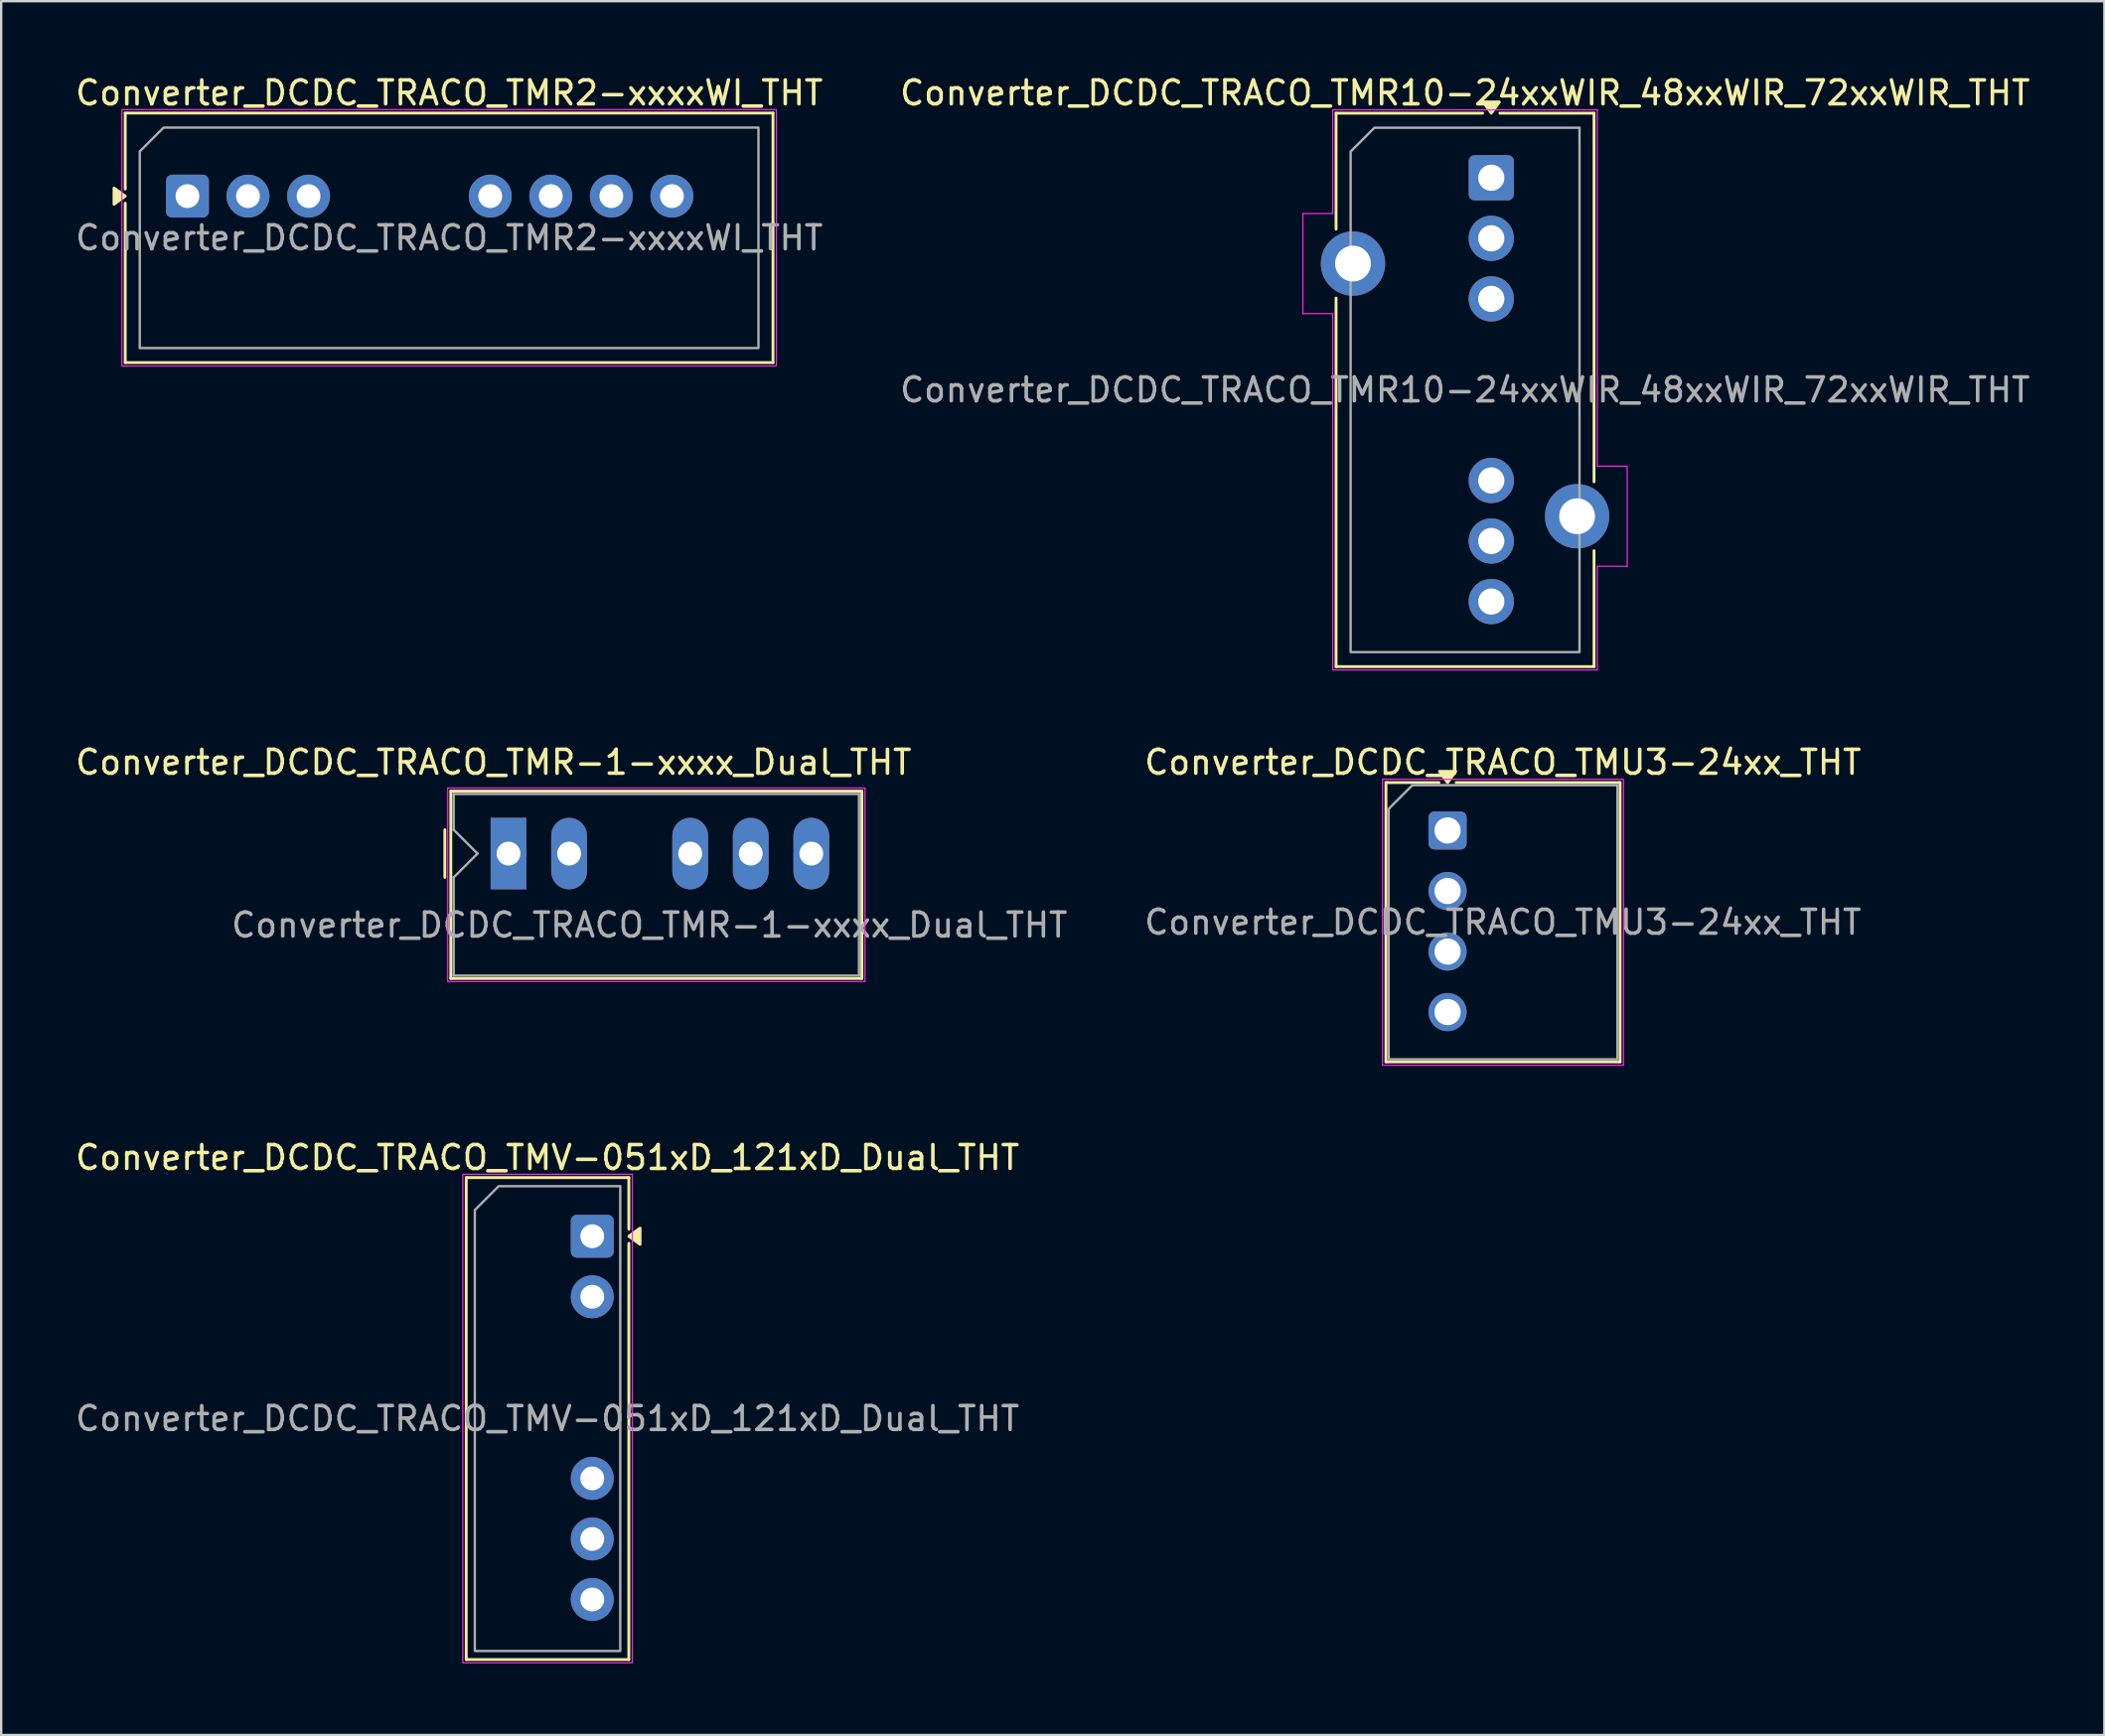
<source format=kicad_pcb>
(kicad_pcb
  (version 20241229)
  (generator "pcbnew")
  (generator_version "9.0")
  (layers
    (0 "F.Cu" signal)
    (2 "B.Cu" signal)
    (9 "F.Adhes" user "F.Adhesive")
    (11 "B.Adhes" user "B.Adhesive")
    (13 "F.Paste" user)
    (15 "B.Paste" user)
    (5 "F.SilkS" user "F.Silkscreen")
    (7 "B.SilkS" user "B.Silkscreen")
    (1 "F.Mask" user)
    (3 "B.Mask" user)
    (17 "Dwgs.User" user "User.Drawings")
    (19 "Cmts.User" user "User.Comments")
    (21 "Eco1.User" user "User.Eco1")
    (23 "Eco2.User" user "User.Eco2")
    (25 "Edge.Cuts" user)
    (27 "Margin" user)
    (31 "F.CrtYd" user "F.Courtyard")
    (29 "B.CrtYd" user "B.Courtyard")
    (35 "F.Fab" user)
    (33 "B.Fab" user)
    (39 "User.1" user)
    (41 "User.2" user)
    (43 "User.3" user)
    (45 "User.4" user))
  (footprint "Converter_DCDC_TRACO_TMU3-24xx_THT"
    (layer "F.Cu")
    (at 57.666 31.791)
    (property "Reference" "Converter_DCDC_TRACO_TMU3-24xx_THT" (at 2.32 -2.86 0) (layer "F.SilkS") (effects (font (size 1 1) (thickness 0.15))))
    (attr through_hole)
    (fp_line (start -2.585 -2.01) (end -0.36 -2.01) (stroke (width 0.12) (type solid)) (layer "F.SilkS"))
    (fp_line (start -2.585 9.71) (end -2.585 -2.01) (stroke (width 0.12) (type solid)) (layer "F.SilkS"))
    (fp_line (start 0.36 -2.01) (end 7.235 -2.01) (stroke (width 0.12) (type solid)) (layer "F.SilkS"))
    (fp_line (start 7.235 -2.01) (end 7.235 9.71) (stroke (width 0.12) (type solid)) (layer "F.SilkS"))
    (fp_line (start 7.235 9.71) (end -2.585 9.71) (stroke (width 0.12) (type solid)) (layer "F.SilkS"))
    (fp_poly (pts (xy 0 -2.01) (xy -0.34 -2.48) (xy 0.34 -2.48)) (stroke (width 0.12) (type solid)) (fill yes) (layer "F.SilkS"))
    (fp_rect (start -2.73 -2.15) (end 7.38 9.85) (stroke (width 0.05) (type solid)) (fill no) (layer "F.CrtYd"))
    (fp_poly (pts (xy -2.475 -0.9) (xy -2.475 9.6) (xy 7.125 9.6) (xy 7.125 -1.9) (xy -1.475 -1.9)) (stroke (width 0.1) (type solid)) (fill no) (layer "F.Fab"))
    (fp_text user "${REFERENCE}" (at 2.32 3.85 0) (layer "F.Fab") (effects (font (size 1 1) (thickness 0.15))))
    (pad "1" thru_hole roundrect (at 0 0) (size 1.6 1.6) (drill 1.1) (layers "*.Cu" "*.Mask") (roundrect_rratio 0.156))
    (pad "2" thru_hole circle (at 0 2.54) (size 1.6 1.6) (drill 1.1) (layers "*.Cu" "*.Mask"))
    (pad "3" thru_hole circle (at 0 5.08) (size 1.6 1.6) (drill 1.1) (layers "*.Cu" "*.Mask"))
    (pad "4" thru_hole circle (at 0 7.62) (size 1.6 1.6) (drill 1.1) (layers "*.Cu" "*.Mask")))
  (footprint "Converter_DCDC_TRACO_TMV-051xD_121xD_Dual_THT"
    (layer "F.Cu")
    (at 21.791 48.815)
    (property "Reference" "Converter_DCDC_TRACO_TMV-051xD_121xD_Dual_THT" (at -1.88 -3.3 0) (layer "F.SilkS") (effects (font (size 1 1) (thickness 0.15))))
    (attr through_hole)
    (fp_line (start -5.285 -2.46) (end 1.535 -2.46) (stroke (width 0.12) (type solid)) (layer "F.SilkS"))
    (fp_line (start -5.285 17.76) (end -5.285 -2.46) (stroke (width 0.12) (type solid)) (layer "F.SilkS"))
    (fp_line (start 1.535 -2.46) (end 1.535 -0.296) (stroke (width 0.12) (type solid)) (layer "F.SilkS"))
    (fp_line (start 1.535 0.296) (end 1.535 17.76) (stroke (width 0.12) (type solid)) (layer "F.SilkS"))
    (fp_line (start 1.535 17.76) (end -5.285 17.76) (stroke (width 0.12) (type solid)) (layer "F.SilkS"))
    (fp_poly (pts (xy 1.535 0) (xy 2.005 -0.34) (xy 2.005 0.34)) (stroke (width 0.12) (type solid)) (fill yes) (layer "F.SilkS"))
    (fp_rect (start -5.43 -2.6) (end 1.68 17.9) (stroke (width 0.05) (type solid)) (fill no) (layer "F.CrtYd"))
    (fp_poly (pts (xy -3.925 -2.1) (xy 1.175 -2.1) (xy 1.175 17.4) (xy -4.925 17.4) (xy -4.925 -1.1)) (stroke (width 0.1) (type solid)) (fill no) (layer "F.Fab"))
    (fp_text user "${REFERENCE}" (at -1.88 7.65 0) (layer "F.Fab") (effects (font (size 1 1) (thickness 0.15))))
    (pad "1" thru_hole roundrect (at 0 0) (size 1.8 1.8) (drill 1) (layers "*.Cu" "*.Mask") (roundrect_rratio 0.139))
    (pad "2" thru_hole circle (at 0 2.54) (size 1.8 1.8) (drill 1) (layers "*.Cu" "*.Mask"))
    (pad "5" thru_hole circle (at 0 10.16) (size 1.8 1.8) (drill 1) (layers "*.Cu" "*.Mask"))
    (pad "6" thru_hole circle (at 0 12.7) (size 1.8 1.8) (drill 1) (layers "*.Cu" "*.Mask"))
    (pad "7" thru_hole circle (at 0 15.24) (size 1.8 1.8) (drill 1) (layers "*.Cu" "*.Mask")))
  (footprint "Converter_DCDC_TRACO_TMR2-xxxxWI_THT"
    (layer "F.Cu")
    (at 4.812 5.178)
    (property "Reference" "Converter_DCDC_TRACO_TMR2-xxxxWI_THT" (at 10.98 -4.33 0) (layer "F.SilkS") (effects (font (size 1 1) (thickness 0.15))))
    (attr through_hole)
    (fp_line (start -2.61 -3.485) (end 24.56 -3.485) (stroke (width 0.12) (type solid)) (layer "F.SilkS"))
    (fp_line (start -2.61 -0.296) (end -2.61 -3.485) (stroke (width 0.12) (type solid)) (layer "F.SilkS"))
    (fp_line (start -2.61 6.985) (end -2.61 0.296) (stroke (width 0.12) (type solid)) (layer "F.SilkS"))
    (fp_line (start 24.56 -3.485) (end 24.56 6.985) (stroke (width 0.12) (type solid)) (layer "F.SilkS"))
    (fp_line (start 24.56 6.985) (end -2.61 6.985) (stroke (width 0.12) (type solid)) (layer "F.SilkS"))
    (fp_poly (pts (xy -2.61 0) (xy -3.08 0.34) (xy -3.08 -0.34)) (stroke (width 0.12) (type solid)) (fill yes) (layer "F.SilkS"))
    (fp_rect (start -2.75 -3.63) (end 24.7 7.13) (stroke (width 0.05) (type solid)) (fill no) (layer "F.CrtYd"))
    (fp_poly (pts (xy -1 -2.875) (xy 23.95 -2.875) (xy 23.95 6.375) (xy -2 6.375) (xy -2 -1.875)) (stroke (width 0.1) (type solid)) (fill no) (layer "F.Fab"))
    (fp_text user "${REFERENCE}" (at 10.98 1.75 0) (layer "F.Fab") (effects (font (size 1 1) (thickness 0.15))))
    (pad "1" thru_hole roundrect (at 0 0) (size 1.8 1.8) (drill 1) (layers "*.Cu" "*.Mask") (roundrect_rratio 0.139))
    (pad "2" thru_hole circle (at 2.54 0) (size 1.8 1.8) (drill 1) (layers "*.Cu" "*.Mask"))
    (pad "3" thru_hole circle (at 5.08 0) (size 1.8 1.8) (drill 1) (layers "*.Cu" "*.Mask"))
    (pad "6" thru_hole circle (at 12.7 0) (size 1.8 1.8) (drill 1) (layers "*.Cu" "*.Mask"))
    (pad "7" thru_hole circle (at 15.24 0) (size 1.8 1.8) (drill 1) (layers "*.Cu" "*.Mask"))
    (pad "8" thru_hole circle (at 17.78 0) (size 1.8 1.8) (drill 1) (layers "*.Cu" "*.Mask"))
    (pad "9" thru_hole circle (at 20.32 0) (size 1.8 1.8) (drill 1) (layers "*.Cu" "*.Mask")))
  (footprint "Converter_DCDC_TRACO_TMR-1-xxxx_Dual_THT"
    (layer "F.Cu")
    (at 18.279 32.761)
    (property "Reference" "Converter_DCDC_TRACO_TMR-1-xxxx_Dual_THT" (at -0.63 -3.83 0) (layer "F.SilkS") (effects (font (size 1 1) (thickness 0.15))))
    (attr through_hole)
    (fp_line (start -2.67 -1) (end -2.67 1) (stroke (width 0.12) (type solid)) (layer "F.SilkS"))
    (fp_line (start -2.42 -2.62) (end 14.82 -2.62) (stroke (width 0.12) (type solid)) (layer "F.SilkS"))
    (fp_line (start -2.42 5.24) (end -2.42 -2.62) (stroke (width 0.12) (type solid)) (layer "F.SilkS"))
    (fp_line (start 14.82 -2.62) (end 14.82 5.24) (stroke (width 0.12) (type solid)) (layer "F.SilkS"))
    (fp_line (start 14.82 5.24) (end -2.42 5.24) (stroke (width 0.12) (type solid)) (layer "F.SilkS"))
    (fp_line (start -2.55 -2.75) (end -2.55 5.37) (stroke (width 0.05) (type solid)) (layer "F.CrtYd"))
    (fp_line (start -2.55 -2.75) (end 14.95 -2.75) (stroke (width 0.05) (type solid)) (layer "F.CrtYd"))
    (fp_line (start -2.55 5.37) (end 14.95 5.37) (stroke (width 0.05) (type solid)) (layer "F.CrtYd"))
    (fp_line (start 14.95 -2.75) (end 14.95 5.37) (stroke (width 0.05) (type solid)) (layer "F.CrtYd"))
    (fp_line (start -2.3 -1) (end -2.3 -2.5) (stroke (width 0.1) (type solid)) (layer "F.Fab"))
    (fp_line (start -2.3 -1) (end -1.3 0) (stroke (width 0.1) (type solid)) (layer "F.Fab"))
    (fp_line (start -2.3 1) (end -2.3 5.12) (stroke (width 0.1) (type solid)) (layer "F.Fab"))
    (fp_line (start -1.3 0) (end -2.3 1) (stroke (width 0.1) (type solid)) (layer "F.Fab"))
    (fp_line (start 14.7 -2.5) (end -2.3 -2.5) (stroke (width 0.1) (type solid)) (layer "F.Fab"))
    (fp_line (start 14.7 -2.5) (end 14.7 5.12) (stroke (width 0.1) (type solid)) (layer "F.Fab"))
    (fp_line (start 14.7 5.12) (end -2.3 5.12) (stroke (width 0.1) (type solid)) (layer "F.Fab"))
    (fp_text user "${REFERENCE}" (at 5.91 3 0) (layer "F.Fab") (effects (font (size 1 1) (thickness 0.15))))
    (pad "1" thru_hole rect (at 0 0) (size 1.5 3) (drill 1) (layers "*.Cu" "*.Mask"))
    (pad "2" thru_hole oval (at 2.54 0) (size 1.5 3) (drill 1) (layers "*.Cu" "*.Mask"))
    (pad "4" thru_hole oval (at 7.62 0) (size 1.5 3) (drill 1) (layers "*.Cu" "*.Mask"))
    (pad "5" thru_hole oval (at 10.16 0) (size 1.5 3) (drill 1) (layers "*.Cu" "*.Mask"))
    (pad "6" thru_hole oval (at 12.7 0) (size 1.5 3) (drill 1) (layers "*.Cu" "*.Mask")))
  (footprint "Converter_DCDC_TRACO_TMR10-24xxWIR_48xxWIR_72xxWIR_THT"
    (layer "F.Cu")
    (at 59.499 4.408)
    (property "Reference" "Converter_DCDC_TRACO_TMR10-24xxWIR_48xxWIR_72xxWIR_THT" (at -1.1 -3.56 0) (layer "F.SilkS") (effects (font (size 1 1) (thickness 0.15))))
    (attr through_hole)
    (fp_line (start -6.51 -2.71) (end -0.36 -2.71) (stroke (width 0.12) (type solid)) (layer "F.SilkS"))
    (fp_line (start -6.51 2.155) (end -6.51 -2.71) (stroke (width 0.12) (type solid)) (layer "F.SilkS"))
    (fp_line (start -6.51 20.51) (end -6.51 5.045) (stroke (width 0.12) (type solid)) (layer "F.SilkS"))
    (fp_line (start 0.36 -2.71) (end 4.31 -2.71) (stroke (width 0.12) (type solid)) (layer "F.SilkS"))
    (fp_line (start 4.31 -2.71) (end 4.31 12.755) (stroke (width 0.12) (type solid)) (layer "F.SilkS"))
    (fp_line (start 4.31 15.645) (end 4.31 20.51) (stroke (width 0.12) (type solid)) (layer "F.SilkS"))
    (fp_line (start 4.31 20.51) (end -6.51 20.51) (stroke (width 0.12) (type solid)) (layer "F.SilkS"))
    (fp_poly (pts (xy 0 -2.71) (xy -0.34 -3.18) (xy 0.34 -3.18)) (stroke (width 0.12) (type solid)) (fill yes) (layer "F.SilkS"))
    (fp_line (start -7.9 1.5) (end -6.65 1.5) (stroke (width 0.05) (type solid)) (layer "F.CrtYd"))
    (fp_line (start -7.9 5.7) (end -7.9 1.5) (stroke (width 0.05) (type solid)) (layer "F.CrtYd"))
    (fp_line (start -6.65 -2.85) (end 4.45 -2.85) (stroke (width 0.05) (type solid)) (layer "F.CrtYd"))
    (fp_line (start -6.65 1.5) (end -6.65 -2.85) (stroke (width 0.05) (type solid)) (layer "F.CrtYd"))
    (fp_line (start -6.65 5.7) (end -7.9 5.7) (stroke (width 0.05) (type solid)) (layer "F.CrtYd"))
    (fp_line (start -6.65 20.65) (end -6.65 5.7) (stroke (width 0.05) (type solid)) (layer "F.CrtYd"))
    (fp_line (start 4.45 -2.85) (end 4.45 12.1) (stroke (width 0.05) (type solid)) (layer "F.CrtYd"))
    (fp_line (start 4.45 12.1) (end 5.7 12.1) (stroke (width 0.05) (type solid)) (layer "F.CrtYd"))
    (fp_line (start 4.45 16.3) (end 4.45 20.65) (stroke (width 0.05) (type solid)) (layer "F.CrtYd"))
    (fp_line (start 4.45 20.65) (end -6.65 20.65) (stroke (width 0.05) (type solid)) (layer "F.CrtYd"))
    (fp_line (start 5.7 12.1) (end 5.7 16.3) (stroke (width 0.05) (type solid)) (layer "F.CrtYd"))
    (fp_line (start 5.7 16.3) (end 4.45 16.3) (stroke (width 0.05) (type solid)) (layer "F.CrtYd"))
    (fp_poly (pts (xy -5.9 -1.1) (xy -5.9 19.9) (xy 3.7 19.9) (xy 3.7 -2.1) (xy -4.9 -2.1)) (stroke (width 0.1) (type solid)) (fill no) (layer "F.Fab"))
    (fp_text user "${REFERENCE}" (at -1.1 8.9 0) (layer "F.Fab") (effects (font (size 1 1) (thickness 0.15))))
    (pad "1" thru_hole roundrect (at 0 0) (size 1.9 1.9) (drill 1.1) (layers "*.Cu" "*.Mask") (roundrect_rratio 0.132))
    (pad "2" thru_hole circle (at 0 2.54) (size 1.9 1.9) (drill 1.1) (layers "*.Cu" "*.Mask"))
    (pad "3" thru_hole circle (at 0 5.08) (size 1.9 1.9) (drill 1.1) (layers "*.Cu" "*.Mask"))
    (pad "6" thru_hole circle (at 0 12.7) (size 1.9 1.9) (drill 1.1) (layers "*.Cu" "*.Mask"))
    (pad "7" thru_hole circle (at 0 15.24) (size 1.9 1.9) (drill 1.1) (layers "*.Cu" "*.Mask"))
    (pad "8" thru_hole circle (at 0 17.78) (size 1.9 1.9) (drill 1.1) (layers "*.Cu" "*.Mask"))
    (pad "9" thru_hole circle (at -5.8 3.6) (size 2.7 2.7) (drill 1.5) (layers "*.Cu" "*.Mask"))
    (pad "10" thru_hole circle (at 3.6 14.2) (size 2.7 2.7) (drill 1.5) (layers "*.Cu" "*.Mask")))
  (gr_rect
    (start -3 -3)
    (end 85.214 69.74)
    (stroke (width 0.1) (type default))
    (fill no)
    (layer "Edge.Cuts")))
</source>
